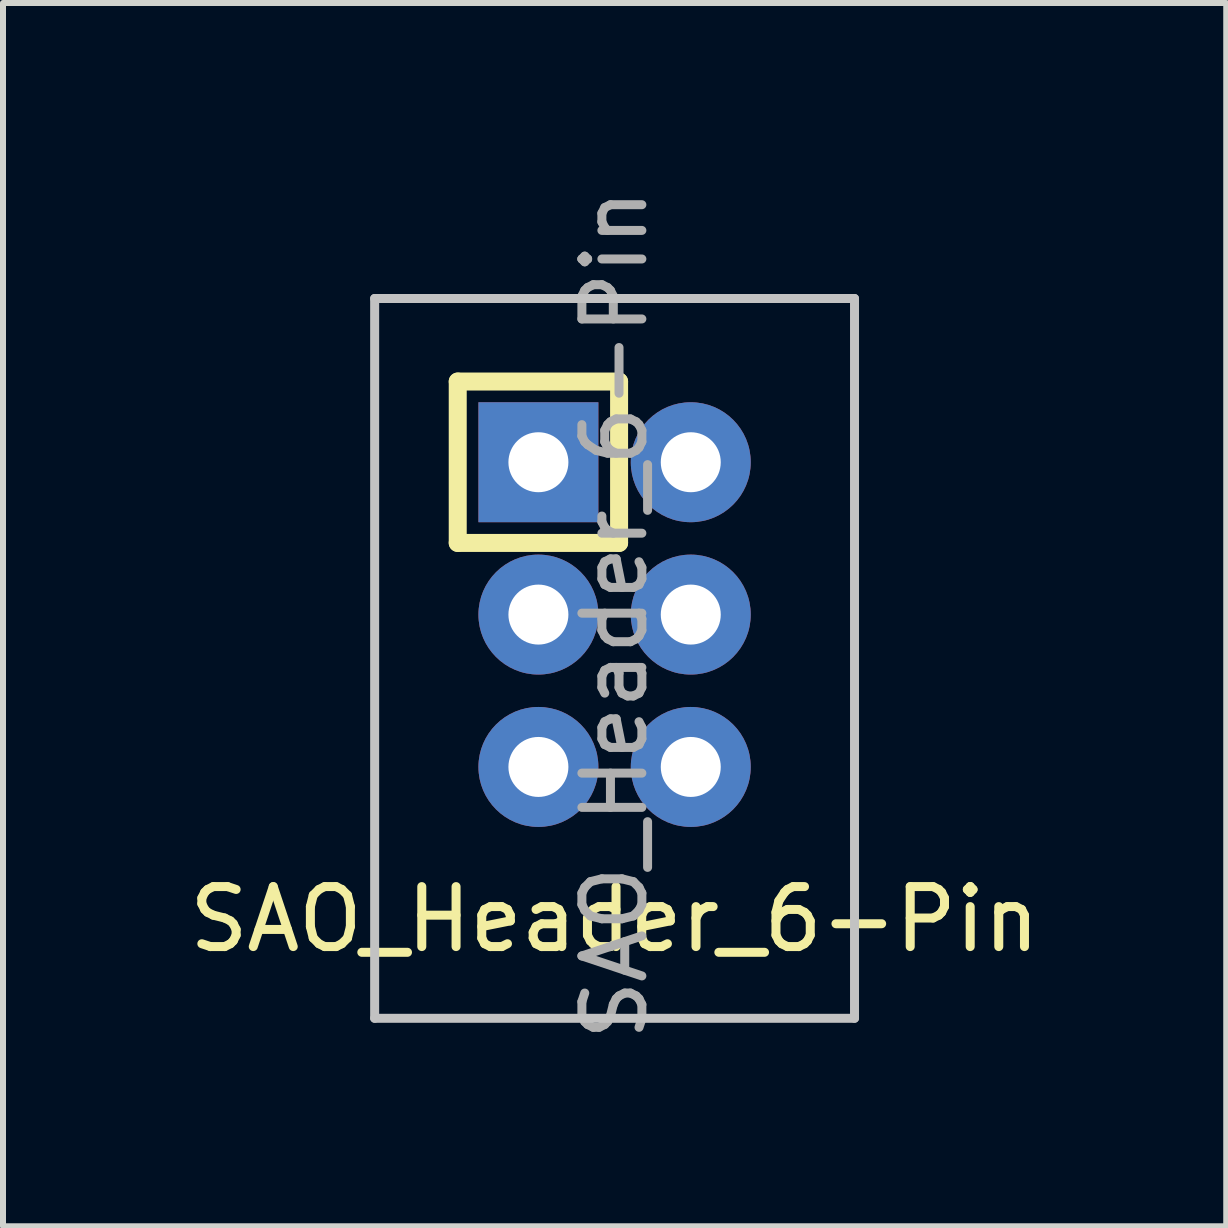
<source format=kicad_pcb>
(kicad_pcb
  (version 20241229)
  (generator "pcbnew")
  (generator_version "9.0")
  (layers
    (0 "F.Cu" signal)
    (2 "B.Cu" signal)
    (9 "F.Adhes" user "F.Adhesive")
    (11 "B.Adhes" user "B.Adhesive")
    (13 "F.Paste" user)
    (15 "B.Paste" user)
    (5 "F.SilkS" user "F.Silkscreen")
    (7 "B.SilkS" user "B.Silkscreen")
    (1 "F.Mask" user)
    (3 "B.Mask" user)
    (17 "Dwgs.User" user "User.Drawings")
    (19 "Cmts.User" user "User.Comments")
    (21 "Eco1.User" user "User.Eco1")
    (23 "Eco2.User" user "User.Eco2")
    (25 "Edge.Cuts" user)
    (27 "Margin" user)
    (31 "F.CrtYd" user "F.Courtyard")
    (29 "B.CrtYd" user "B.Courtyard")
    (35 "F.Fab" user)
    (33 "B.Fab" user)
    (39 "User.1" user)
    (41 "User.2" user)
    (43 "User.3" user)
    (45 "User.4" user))
  (footprint "SAO_Header_6-Pin"
    (layer "F.Cu")
    (at 7.196 5.926)
    (property "Reference" "SAO_Header_6-Pin" (at 0 6.35 0) (layer "F.SilkS") (effects (font (size 1 1) (thickness 0.15))))
    (attr through_hole)
    (fp_line (start -2.615 -2.615) (end -2.615 0.075) (stroke (width 0.3) (type solid)) (layer "F.SilkS"))
    (fp_line (start -2.615 0.075) (end 0.075 0.075) (stroke (width 0.3) (type solid)) (layer "F.SilkS"))
    (fp_line (start 0.075 -2.615) (end -2.615 -2.615) (stroke (width 0.3) (type solid)) (layer "F.SilkS"))
    (fp_line (start 0.075 0.075) (end 0.075 -2.615) (stroke (width 0.3) (type solid)) (layer "F.SilkS"))
    (fp_line (start -4 -4) (end -4 8) (stroke (width 0.15) (type solid)) (layer "Dwgs.User"))
    (fp_line (start -4 8) (end 4 8) (stroke (width 0.15) (type solid)) (layer "Dwgs.User"))
    (fp_line (start 4 -4) (end -4 -4) (stroke (width 0.15) (type solid)) (layer "Dwgs.User"))
    (fp_line (start 4 8) (end 4 -4) (stroke (width 0.15) (type solid)) (layer "Dwgs.User"))
    (fp_text user "${REFERENCE}" (at 0 1.27 90) (layer "F.Fab") (effects (font (size 1 1) (thickness 0.15))))
    (pad "1" thru_hole rect (at -1.27 -1.27) (size 2 2) (drill 1) (layers "*.Cu" "*.Mask"))
    (pad "2" thru_hole circle (at 1.27 -1.27 2) (size 2 2) (drill 1) (layers "*.Cu" "*.Mask"))
    (pad "3" thru_hole circle (at -1.27 1.27 2) (size 2 2) (drill 1) (layers "*.Cu" "*.Mask"))
    (pad "4" thru_hole circle (at 1.27 1.27 2) (size 2 2) (drill 1) (layers "*.Cu" "*.Mask"))
    (pad "5" thru_hole circle (at -1.27 3.81 2) (size 2 2) (drill 1) (layers "*.Cu" "*.Mask"))
    (pad "6" thru_hole circle (at 1.27 3.81 2) (size 2 2) (drill 1) (layers "*.Cu" "*.Mask")))
  (gr_rect
    (start -3 -3)
    (end 17.393 17.393)
    (stroke (width 0.1) (type default))
    (fill no)
    (layer "Edge.Cuts")))
</source>
